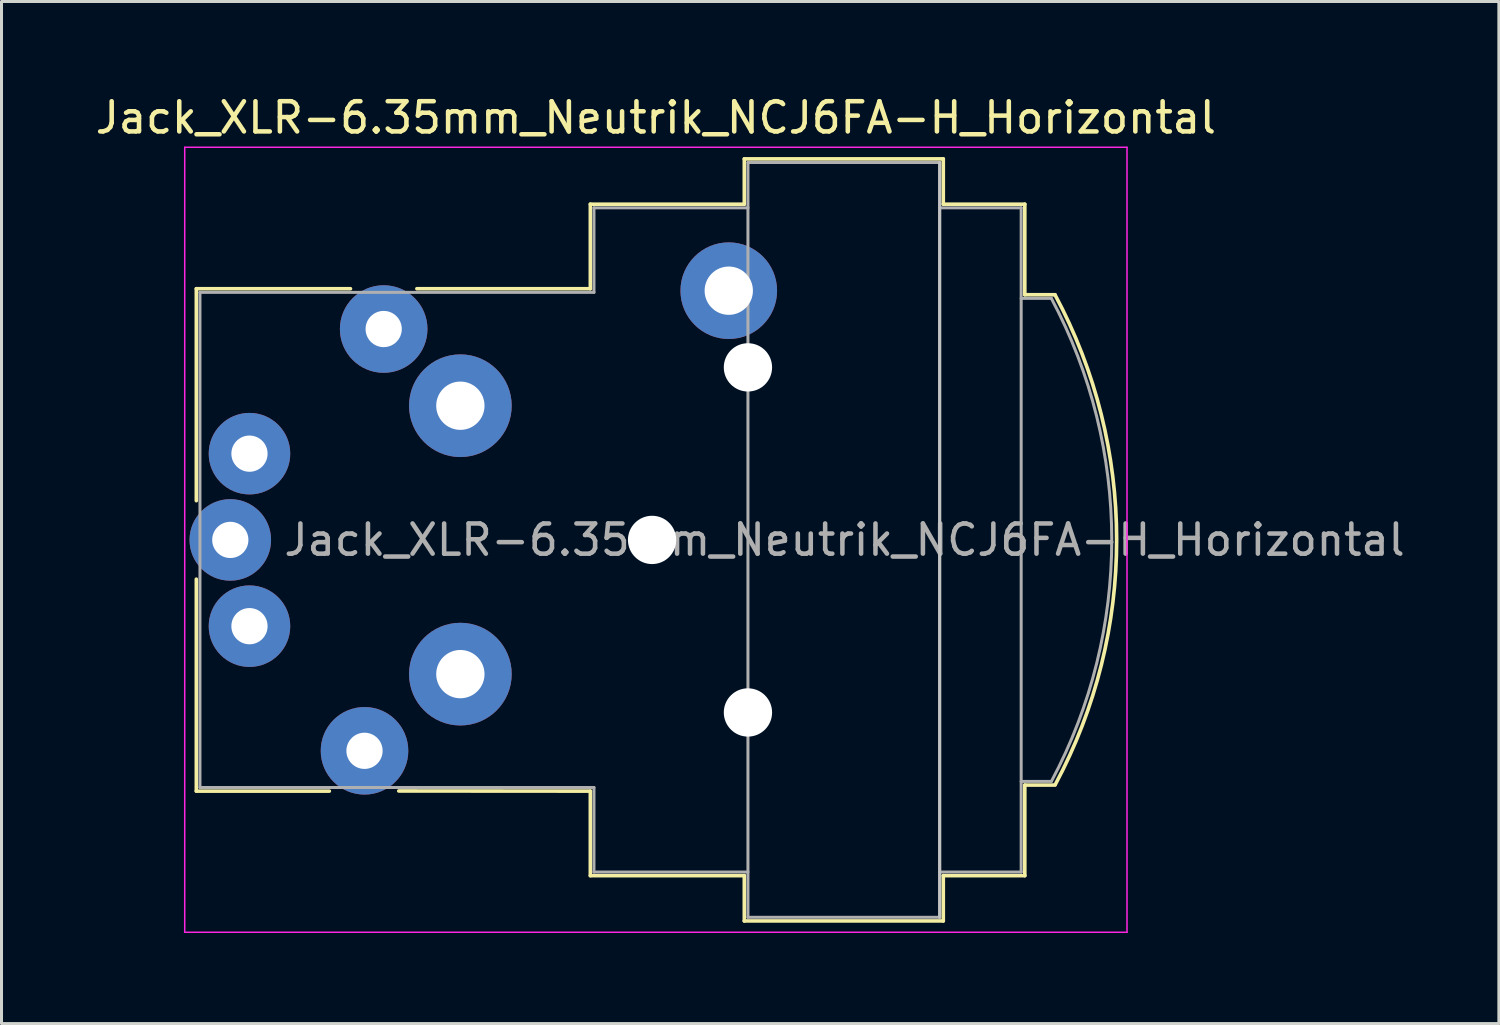
<source format=kicad_pcb>
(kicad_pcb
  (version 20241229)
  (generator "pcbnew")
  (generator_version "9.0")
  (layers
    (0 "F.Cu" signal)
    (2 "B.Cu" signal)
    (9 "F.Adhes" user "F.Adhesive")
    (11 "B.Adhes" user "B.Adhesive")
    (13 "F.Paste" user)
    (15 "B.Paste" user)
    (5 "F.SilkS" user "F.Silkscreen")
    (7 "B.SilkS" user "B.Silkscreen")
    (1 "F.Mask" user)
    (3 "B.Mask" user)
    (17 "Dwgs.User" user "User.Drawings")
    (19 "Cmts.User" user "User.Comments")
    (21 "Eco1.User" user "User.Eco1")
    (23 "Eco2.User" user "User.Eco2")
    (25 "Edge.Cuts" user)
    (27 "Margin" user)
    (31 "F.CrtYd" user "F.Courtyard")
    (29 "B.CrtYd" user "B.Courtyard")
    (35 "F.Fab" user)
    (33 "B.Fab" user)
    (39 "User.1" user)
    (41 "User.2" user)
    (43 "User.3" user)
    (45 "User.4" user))
  (footprint "Jack_XLR-6.35mm_Neutrik_NCJ6FA-H_Horizontal"
    (layer "F.Cu")
    (at 9.658 7.848)
    (property "Reference" "Jack_XLR-6.35mm_Neutrik_NCJ6FA-H_Horizontal" (at 9.015 -7 0) (layer "F.SilkS") (effects (font (size 1 1) (thickness 0.15))))
    (attr through_hole)
    (fp_line (start -6.205 -1.335) (end -6.205 5.685) (stroke (width 0.12) (type solid)) (layer "F.SilkS"))
    (fp_line (start -6.205 8.285) (end -6.205 15.305) (stroke (width 0.12) (type solid)) (layer "F.SilkS"))
    (fp_line (start -1.8 15.305) (end -6.205 15.305) (stroke (width 0.12) (type solid)) (layer "F.SilkS"))
    (fp_line (start -1.1 -1.335) (end -6.205 -1.335) (stroke (width 0.12) (type solid)) (layer "F.SilkS"))
    (fp_line (start 6.845 -4.135) (end 6.845 -1.335) (stroke (width 0.12) (type solid)) (layer "F.SilkS"))
    (fp_line (start 6.845 -1.335) (end 1.1 -1.335) (stroke (width 0.12) (type solid)) (layer "F.SilkS"))
    (fp_line (start 6.845 15.305) (end 0.5 15.3) (stroke (width 0.12) (type solid)) (layer "F.SilkS"))
    (fp_line (start 6.845 18.105) (end 6.845 15.305) (stroke (width 0.12) (type solid)) (layer "F.SilkS"))
    (fp_line (start 11.945 -4.135) (end 6.845 -4.135) (stroke (width 0.12) (type solid)) (layer "F.SilkS"))
    (fp_line (start 11.945 -4.135) (end 11.945 -5.635) (stroke (width 0.12) (type solid)) (layer "F.SilkS"))
    (fp_line (start 11.945 18.105) (end 6.845 18.105) (stroke (width 0.12) (type solid)) (layer "F.SilkS"))
    (fp_line (start 11.945 19.605) (end 11.945 18.105) (stroke (width 0.12) (type solid)) (layer "F.SilkS"))
    (fp_line (start 18.535 -5.635) (end 11.945 -5.635) (stroke (width 0.12) (type solid)) (layer "F.SilkS"))
    (fp_line (start 18.535 -5.635) (end 18.535 -4.135) (stroke (width 0.12) (type solid)) (layer "F.SilkS"))
    (fp_line (start 18.535 -4.135) (end 21.235 -4.135) (stroke (width 0.12) (type solid)) (layer "F.SilkS"))
    (fp_line (start 18.535 18.105) (end 18.535 19.605) (stroke (width 0.12) (type solid)) (layer "F.SilkS"))
    (fp_line (start 18.535 18.105) (end 21.235 18.105) (stroke (width 0.12) (type solid)) (layer "F.SilkS"))
    (fp_line (start 18.535 19.605) (end 11.945 19.605) (stroke (width 0.12) (type solid)) (layer "F.SilkS"))
    (fp_line (start 21.235 -4.135) (end 21.235 -1.135) (stroke (width 0.12) (type solid)) (layer "F.SilkS"))
    (fp_line (start 21.235 -1.135) (end 22.235 -1.135) (stroke (width 0.12) (type solid)) (layer "F.SilkS"))
    (fp_line (start 21.235 15.105) (end 21.235 18.105) (stroke (width 0.12) (type solid)) (layer "F.SilkS"))
    (fp_line (start 21.235 15.105) (end 22.235 15.105) (stroke (width 0.12) (type solid)) (layer "F.SilkS"))
    (fp_arc (start 22.235 -1.135) (mid 24.27742 6.973784) (end 22.245601 15.08523) (stroke (width 0.12) (type solid)) (layer "F.SilkS"))
    (fp_line (start 18.415 -5.515) (end 18.415 19.485) (stroke (width 0.1) (type solid)) (layer "Dwgs.User"))
    (fp_line (start -6.59 -6.02) (end -6.59 19.98) (stroke (width 0.05) (type solid)) (layer "F.CrtYd"))
    (fp_line (start 24.62 -6.02) (end -6.59 -6.02) (stroke (width 0.05) (type solid)) (layer "F.CrtYd"))
    (fp_line (start 24.62 -6.02) (end 24.62 19.98) (stroke (width 0.05) (type solid)) (layer "F.CrtYd"))
    (fp_line (start 24.62 19.98) (end -6.59 19.98) (stroke (width 0.05) (type solid)) (layer "F.CrtYd"))
    (fp_line (start -6.085 -1.215) (end -6.085 15.185) (stroke (width 0.1) (type solid)) (layer "F.Fab"))
    (fp_line (start -6.085 15.185) (end 6.965 15.185) (stroke (width 0.1) (type solid)) (layer "F.Fab"))
    (fp_line (start 6.965 -4.015) (end 6.965 -1.215) (stroke (width 0.1) (type solid)) (layer "F.Fab"))
    (fp_line (start 6.965 -1.215) (end -6.085 -1.215) (stroke (width 0.1) (type solid)) (layer "F.Fab"))
    (fp_line (start 6.965 15.185) (end 6.965 17.985) (stroke (width 0.1) (type solid)) (layer "F.Fab"))
    (fp_line (start 6.965 17.985) (end 12.065 17.985) (stroke (width 0.1) (type solid)) (layer "F.Fab"))
    (fp_line (start 12.065 -5.515) (end 18.415 -5.515) (stroke (width 0.1) (type solid)) (layer "F.Fab"))
    (fp_line (start 12.065 -4.015) (end 6.965 -4.015) (stroke (width 0.1) (type solid)) (layer "F.Fab"))
    (fp_line (start 12.065 19.485) (end 12.065 -5.515) (stroke (width 0.1) (type solid)) (layer "F.Fab"))
    (fp_line (start 18.415 -5.515) (end 18.415 19.485) (stroke (width 0.1) (type solid)) (layer "F.Fab"))
    (fp_line (start 18.415 -4.015) (end 21.115 -4.015) (stroke (width 0.1) (type solid)) (layer "F.Fab"))
    (fp_line (start 18.415 19.485) (end 12.065 19.485) (stroke (width 0.1) (type solid)) (layer "F.Fab"))
    (fp_line (start 21.115 -4.015) (end 21.115 17.985) (stroke (width 0.1) (type solid)) (layer "F.Fab"))
    (fp_line (start 21.115 -1.015) (end 22.115 -1.015) (stroke (width 0.1) (type solid)) (layer "F.Fab"))
    (fp_line (start 21.115 14.985) (end 22.115 14.985) (stroke (width 0.1) (type solid)) (layer "F.Fab"))
    (fp_line (start 21.115 17.985) (end 18.415 17.985) (stroke (width 0.1) (type solid)) (layer "F.Fab"))
    (fp_arc (start 22.115 -1.015) (mid 24.114999 6.978328) (end 22.121275 14.973223) (stroke (width 0.1) (type solid)) (layer "F.Fab"))
    (fp_text user "${REFERENCE}" (at 15.265 6.985 0) (layer "F.Fab") (effects (font (size 1 1) (thickness 0.15))))
    (pad "" np_thru_hole circle (at 8.89 6.985) (size 1.6 1.6) (drill 1.6) (layers "*.Cu" "*.Mask"))
    (pad "" np_thru_hole circle (at 12.065 1.27) (size 1.6 1.6) (drill 1.6) (layers "*.Cu" "*.Mask"))
    (pad "" np_thru_hole circle (at 12.065 12.7) (size 1.6 1.6) (drill 1.6) (layers "*.Cu" "*.Mask"))
    (pad "1" thru_hole circle (at 0 0) (size 2.9 2.9) (drill 1.2) (layers "*.Cu" "*.Mask"))
    (pad "2" thru_hole circle (at -0.635 13.97) (size 2.9 2.9) (drill 1.2) (layers "*.Cu" "*.Mask"))
    (pad "3" thru_hole circle (at -5.08 6.985) (size 2.7 2.7) (drill 1.2) (layers "*.Cu" "*.Mask"))
    (pad "G" thru_hole circle (at 11.43 -1.27) (size 3.2 3.2) (drill 1.6) (layers "*.Cu" "*.Mask"))
    (pad "R" thru_hole circle (at -4.445 9.842) (size 2.7 2.7) (drill 1.2) (layers "*.Cu" "*.Mask"))
    (pad "S" thru_hole circle (at -4.445 4.128) (size 2.7 2.7) (drill 1.2) (layers "*.Cu" "*.Mask"))
    (pad "T" thru_hole circle (at 2.54 2.54) (size 3.4 3.4) (drill 1.6) (layers "*.Cu" "*.Mask"))
    (pad "T" thru_hole circle (at 2.54 11.43) (size 3.4 3.4) (drill 1.6) (layers "*.Cu" "*.Mask")))
  (gr_rect
    (start -3 -3)
    (end 46.595 30.853)
    (stroke (width 0.1) (type default))
    (fill no)
    (layer "Edge.Cuts")))
</source>
